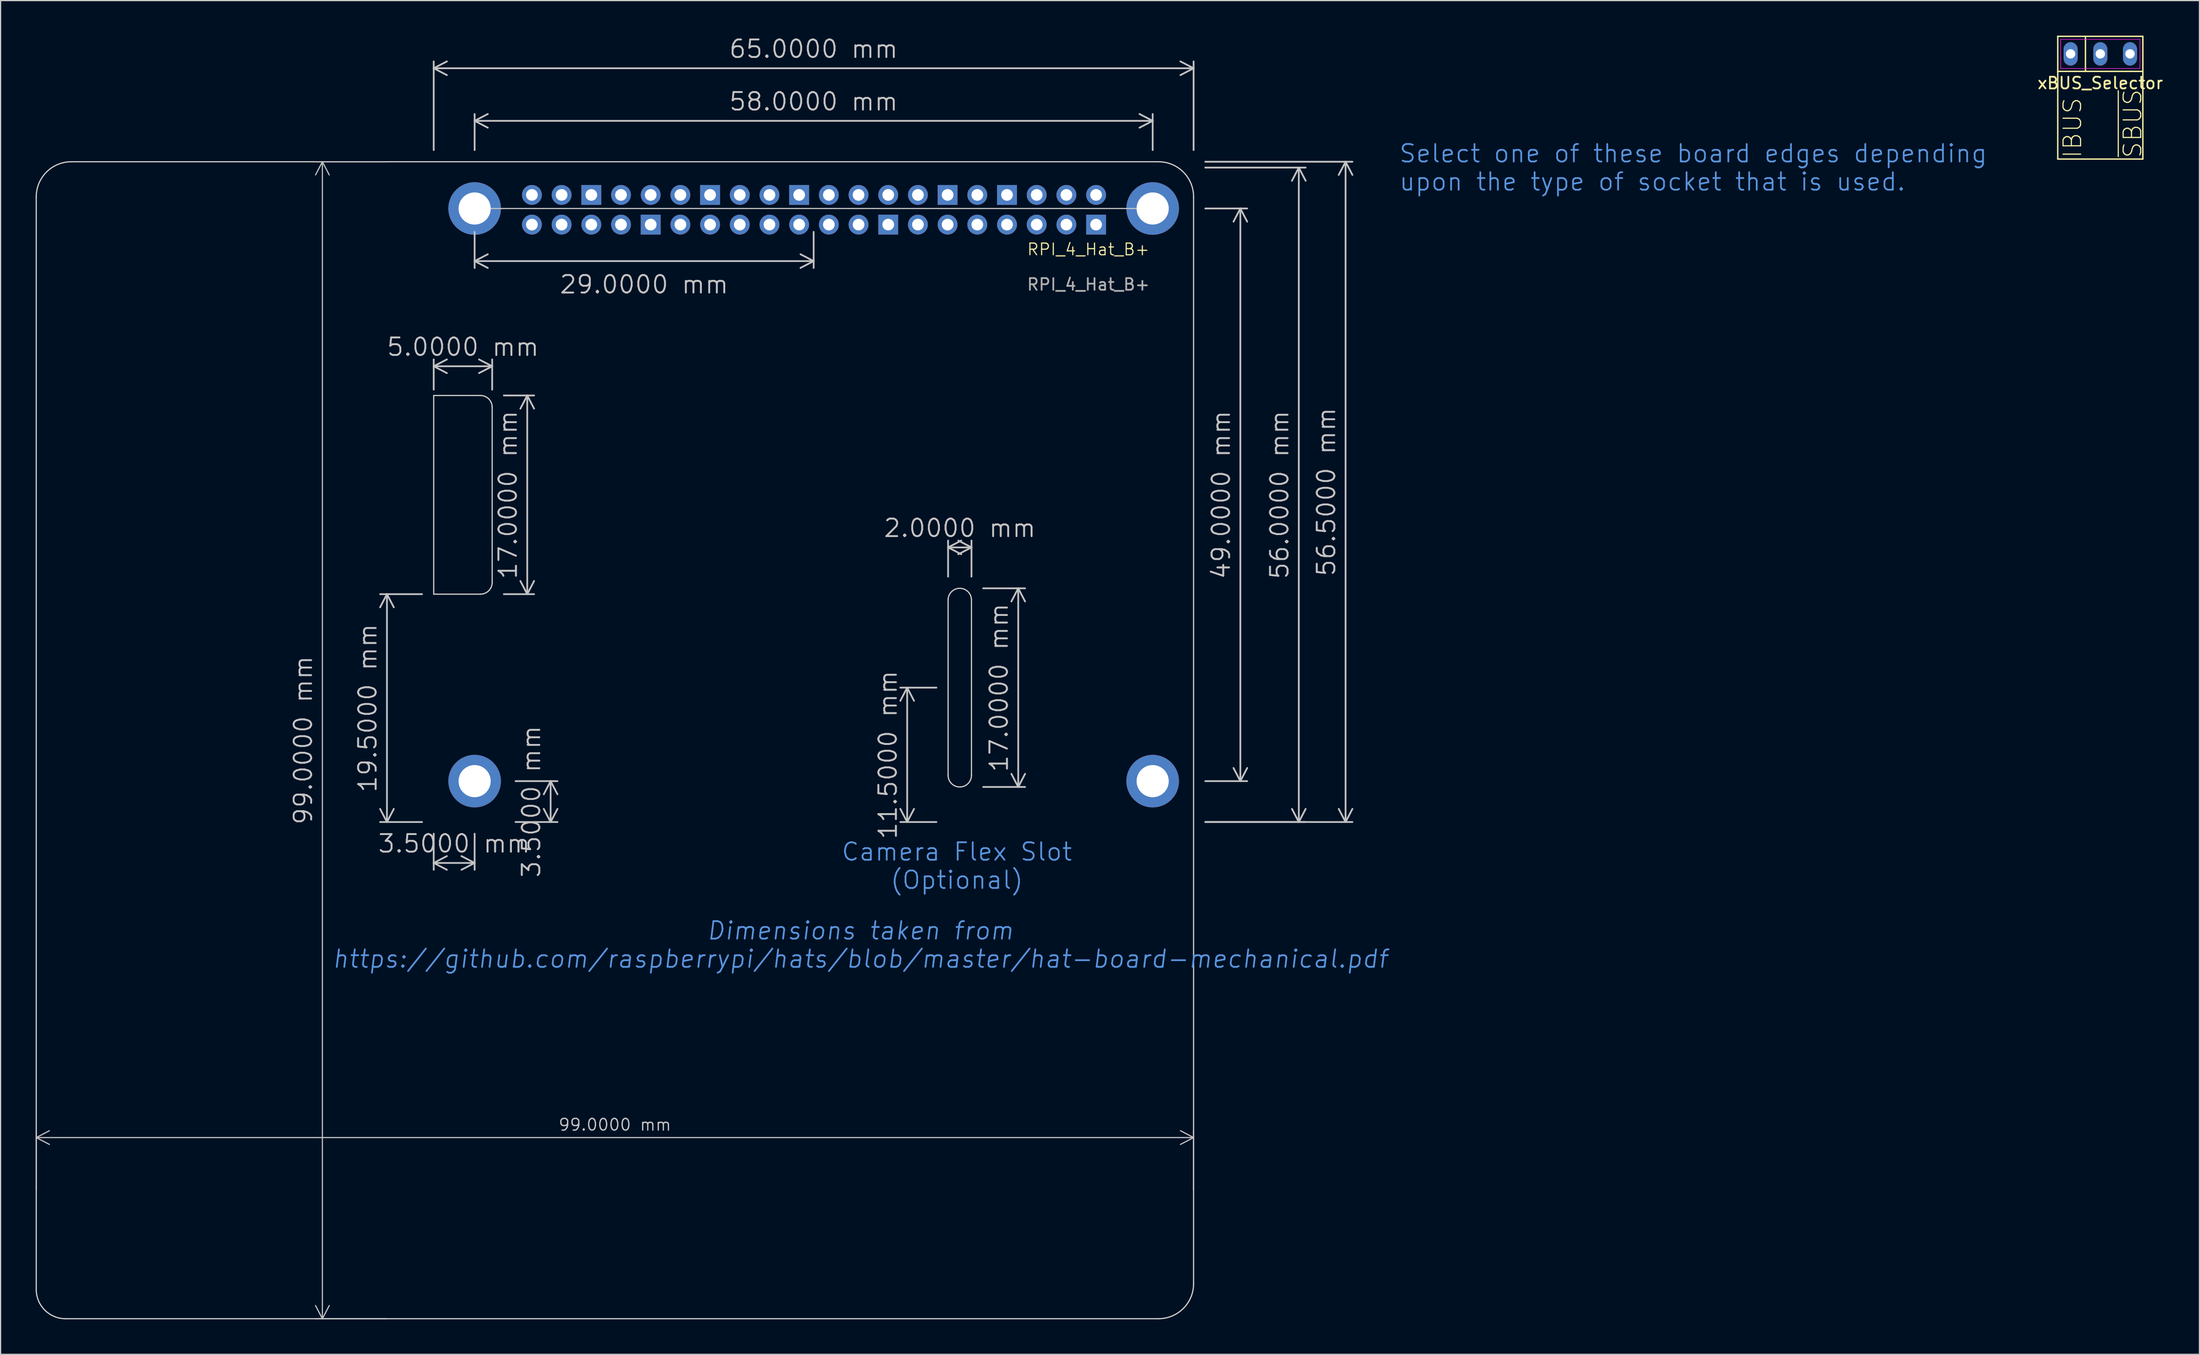
<source format=kicad_pcb>
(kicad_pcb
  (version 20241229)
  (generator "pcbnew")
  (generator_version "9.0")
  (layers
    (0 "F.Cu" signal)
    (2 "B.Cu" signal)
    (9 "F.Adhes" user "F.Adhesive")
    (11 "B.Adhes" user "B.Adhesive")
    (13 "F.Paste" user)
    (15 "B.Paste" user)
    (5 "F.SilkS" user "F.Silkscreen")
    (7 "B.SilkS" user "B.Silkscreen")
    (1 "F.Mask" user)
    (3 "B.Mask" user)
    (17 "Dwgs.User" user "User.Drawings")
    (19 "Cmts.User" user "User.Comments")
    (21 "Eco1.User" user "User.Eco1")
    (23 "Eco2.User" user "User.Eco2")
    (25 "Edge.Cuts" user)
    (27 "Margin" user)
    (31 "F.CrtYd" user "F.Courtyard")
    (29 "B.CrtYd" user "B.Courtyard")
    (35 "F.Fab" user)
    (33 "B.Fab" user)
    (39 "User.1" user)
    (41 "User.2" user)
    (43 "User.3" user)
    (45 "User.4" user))
  (footprint "RPI_4_Hat_B+"
    (layer "F.Cu")
    (at 66.55 14.791)
    (property "Reference" "RPI_4_Hat_B+" (at 23.5 3.5 0) (unlocked yes) (layer "F.SilkS") (effects (font (size 1 1) (thickness 0.1))))
    (attr through_hole)
    (fp_line (start -29 0) (end 29 0) (stroke (width 0.1) (type default)) (layer "Dwgs.User"))
    (fp_line (start -66.5 -1) (end -66.5 92.5) (stroke (width 0.1) (type solid)) (layer "Edge.Cuts"))
    (fp_line (start -64 95) (end 29.5 95) (stroke (width 0.1) (type solid)) (layer "Edge.Cuts"))
    (fp_line (start -63.5 -4) (end 29.5 -4) (stroke (width 0.1) (type solid)) (layer "Edge.Cuts"))
    (fp_line (start -32.5 16) (end -32.5 33) (stroke (width 0.1) (type solid)) (layer "Edge.Cuts"))
    (fp_line (start -32.5 16) (end -28.5 16) (stroke (width 0.1) (type solid)) (layer "Edge.Cuts"))
    (fp_line (start -32.5 33) (end -28.5 33) (stroke (width 0.1) (type solid)) (layer "Edge.Cuts"))
    (fp_line (start -27.5 17) (end -27.5 32) (stroke (width 0.1) (type solid)) (layer "Edge.Cuts"))
    (fp_line (start 11.5 33.5) (end 11.5 48.5) (stroke (width 0.1) (type solid)) (layer "Edge.Cuts"))
    (fp_line (start 13.5 33.5) (end 13.5 48.5) (stroke (width 0.1) (type solid)) (layer "Edge.Cuts"))
    (fp_line (start 32.5 -1) (end 32.5 92) (stroke (width 0.1) (type solid)) (layer "Edge.Cuts"))
    (fp_arc (start -66.5 -1) (mid -65.62132 -3.12132) (end -63.5 -4) (stroke (width 0.1) (type default)) (layer "Edge.Cuts"))
    (fp_arc (start -64 95) (mid -65.767767 94.267767) (end -66.5 92.5) (stroke (width 0.1) (type default)) (layer "Edge.Cuts"))
    (fp_arc (start -28.5 16) (mid -27.792893 16.292893) (end -27.5 17) (stroke (width 0.1) (type solid)) (layer "Edge.Cuts"))
    (fp_arc (start -27.5 32) (mid -27.792893 32.707107) (end -28.5 33) (stroke (width 0.1) (type solid)) (layer "Edge.Cuts"))
    (fp_arc (start 11.5 33.5) (mid 12.5 32.5) (end 13.5 33.5) (stroke (width 0.1) (type solid)) (layer "Edge.Cuts"))
    (fp_arc (start 13.5 48.5) (mid 12.5 49.5) (end 11.5 48.5) (stroke (width 0.1) (type solid)) (layer "Edge.Cuts"))
    (fp_arc (start 29.5 -4) (mid 31.62132 -3.12132) (end 32.5 -1) (stroke (width 0.1) (type solid)) (layer "Edge.Cuts"))
    (fp_arc (start 32.5 92) (mid 31.62132 94.12132) (end 29.5 95) (stroke (width 0.1) (type solid)) (layer "Edge.Cuts"))
    (fp_text user "Dimensions taken from\nhttps://github.com/raspberrypi/hats/blob/master/hat-board-mechanical.pdf" (at 4 63 0) (unlocked yes) (layer "Cmts.User") (effects (font (size 1.5 1.5) (thickness 0.15) (italic yes))))
    (fp_text user "Select one of these board edges depending \nupon the type of socket that is used." (at 50 -3.5 0) (unlocked yes) (layer "Cmts.User") (effects (font (size 1.5 1.5) (thickness 0.15)) (justify left)))
    (fp_text user "Camera Flex Slot\n(Optional)" (at 12.25 56.25 0) (unlocked yes) (layer "Cmts.User") (effects (font (size 1.5 1.5) (thickness 0.15))))
    (fp_text user "${REFERENCE}" (at 23.5 6.5 0) (unlocked yes) (layer "F.Fab") (effects (font (size 1 1) (thickness 0.15))))
    (dimension (type aligned) (layer "Dwgs.User") (pts (xy 100.05 63.791) (xy 100.05 14.791)) (height 3) (format (prefix "") (suffix "") (units 3) (units_format 1) (precision 4)) (style (thickness 0.15) (arrow_length 1.27) (text_position_mode 0) (arrow_direction outward) (extension_height 0.586) (extension_offset 0) (keep_text_aligned yes)) (gr_text "49.0000 mm" (at 101.4 39.291 90) (layer "Dwgs.User") (effects (font (size 1.5 1.5) (thickness 0.15)))))
    (dimension (type aligned) (layer "Dwgs.User") (pts (xy 41.05 67.291) (xy 41.05 63.791)) (height 3) (format (prefix "") (suffix "") (units 3) (units_format 1) (precision 4)) (style (thickness 0.15) (arrow_length 1.27) (text_position_mode 0) (arrow_direction outward) (extension_height 0.586) (extension_offset 0) (keep_text_aligned yes)) (gr_text "3.5000 mm" (at 42.4 65.541 90) (layer "Dwgs.User") (effects (font (size 1.5 1.5) (thickness 0.15)))))
    (dimension (type aligned) (layer "Dwgs.User") (pts (xy 30.55 10.791) (xy 30.55 109.791)) (height 6.023) (format (prefix "") (suffix "") (units 3) (units_format 1) (precision 4)) (style (thickness 0.1) (arrow_length 1.27) (text_position_mode 0) (arrow_direction outward) (extension_height 0.586) (extension_offset 0.5) (keep_text_aligned yes)) (gr_text "99.0000 mm" (at 22.877 60.291 90) (layer "Dwgs.User") (effects (font (size 1.5 1.5) (thickness 0.15)))))
    (dimension (type aligned) (layer "Dwgs.User") (pts (xy 77.05 67.291) (xy 77.05 55.791)) (height -2.5) (format (prefix "") (suffix "") (units 3) (units_format 1) (precision 4)) (style (thickness 0.15) (arrow_length 1.27) (text_position_mode 0) (arrow_direction outward) (extension_height 0.586) (extension_offset 0) (keep_text_aligned yes)) (gr_text "11.5000 mm" (at 72.9 61.541 90) (layer "Dwgs.User") (effects (font (size 1.5 1.5) (thickness 0.15)))))
    (dimension (type aligned) (layer "Dwgs.User") (pts (xy 95.55 9.791) (xy 37.55 9.791)) (height 2.5) (format (prefix "") (suffix "") (units 3) (units_format 1) (precision 4)) (style (thickness 0.15) (arrow_length 1.27) (text_position_mode 0) (arrow_direction outward) (extension_height 0.586) (extension_offset 0) (keep_text_aligned yes)) (gr_text "58.0000 mm" (at 66.55 5.641 0) (layer "Dwgs.User") (effects (font (size 1.5 1.5) (thickness 0.15)))))
    (dimension (type aligned) (layer "Dwgs.User") (pts (xy 100.05 67.291) (xy 100.05 10.791)) (height 12) (format (prefix "") (suffix "") (units 3) (units_format 1) (precision 4)) (style (thickness 0.15) (arrow_length 1.27) (text_position_mode 0) (arrow_direction outward) (extension_height 0.586) (extension_offset 0) (keep_text_aligned yes)) (gr_text "56.5000 mm" (at 110.4 39.041 90) (layer "Dwgs.User") (effects (font (size 1.5 1.5) (thickness 0.15)))))
    (dimension (type aligned) (layer "Dwgs.User") (pts (xy 99.05 9.791) (xy 34.05 9.791)) (height 7) (format (prefix "") (suffix "") (units 3) (units_format 1) (precision 4)) (style (thickness 0.15) (arrow_length 1.27) (text_position_mode 0) (arrow_direction outward) (extension_height 0.586) (extension_offset 0) (keep_text_aligned yes)) (gr_text "65.0000 mm" (at 66.55 1.141 0) (layer "Dwgs.User") (effects (font (size 1.5 1.5) (thickness 0.15)))))
    (dimension (type aligned) (layer "Dwgs.User") (pts (xy 33.05 67.291) (xy 33.05 47.791)) (height -3) (format (prefix "") (suffix "") (units 3) (units_format 1) (precision 4)) (style (thickness 0.15) (arrow_length 1.27) (text_position_mode 0) (arrow_direction outward) (extension_height 0.586) (extension_offset 0) (keep_text_aligned yes)) (gr_text "19.5000 mm" (at 28.4 57.541 90) (layer "Dwgs.User") (effects (font (size 1.5 1.5) (thickness 0.15)))))
    (dimension (type aligned) (layer "Dwgs.User") (pts (xy 39.05 30.291) (xy 34.05 30.291)) (height 2) (format (prefix "") (suffix "") (units 3) (units_format 1) (precision 4)) (style (thickness 0.15) (arrow_length 1.27) (text_position_mode 0) (arrow_direction outward) (extension_height 0.586) (extension_offset 0) (keep_text_aligned yes)) (gr_text "5.0000 mm" (at 36.55 26.641 0) (layer "Dwgs.User") (effects (font (size 1.5 1.5) (thickness 0.15)))))
    (dimension (type aligned) (layer "Dwgs.User") (pts (xy 37.55 68.291) (xy 34.05 68.291)) (height -2.5) (format (prefix "") (suffix "") (units 3) (units_format 1) (precision 4)) (style (thickness 0.15) (arrow_length 1.27) (text_position_mode 0) (arrow_direction outward) (extension_height 0.586) (extension_offset 0) (keep_text_aligned yes)) (gr_text "3.5000 mm" (at 35.8 69.141 0) (layer "Dwgs.User") (effects (font (size 1.5 1.5) (thickness 0.15)))))
    (dimension (type aligned) (layer "Dwgs.User") (pts (xy 99.05 99.291) (xy 0.05 99.291)) (height 5) (format (prefix "") (suffix "") (units 3) (units_format 1) (precision 4)) (style (thickness 0.1) (arrow_length 1.27) (text_position_mode 0) (arrow_direction outward) (extension_height 0.586) (extension_offset 0.5) (keep_text_aligned yes)) (gr_text "99.0000 mm" (at 49.55 93.191 0) (layer "Dwgs.User") (effects (font (size 1 1) (thickness 0.1)))))
    (dimension (type aligned) (layer "Dwgs.User") (pts (xy 66.55 16.791) (xy 37.55 16.791)) (height -2.5) (format (prefix "") (suffix "") (units 3) (units_format 1) (precision 4)) (style (thickness 0.15) (arrow_length 1.27) (text_position_mode 2) (arrow_direction outward) (extension_height 0.586) (extension_offset 0) (keep_text_aligned yes)) (gr_text "29.0000 mm" (at 52.05 21.291 0) (layer "Dwgs.User") (effects (font (size 1.5 1.5) (thickness 0.15)))))
    (dimension (type aligned) (layer "Dwgs.User") (pts (xy 40.05 47.791) (xy 40.05 30.791)) (height 2) (format (prefix "") (suffix "") (units 3) (units_format 1) (precision 4)) (style (thickness 0.15) (arrow_length 1.27) (text_position_mode 0) (arrow_direction outward) (extension_height 0.586) (extension_offset 0) (keep_text_aligned yes)) (gr_text "17.0000 mm" (at 40.4 39.291 90) (layer "Dwgs.User") (effects (font (size 1.5 1.5) (thickness 0.15)))))
    (dimension (type aligned) (layer "Dwgs.User") (pts (xy 100.05 67.291) (xy 100.05 11.291)) (height 8) (format (prefix "") (suffix "") (units 3) (units_format 1) (precision 4)) (style (thickness 0.15) (arrow_length 1.27) (text_position_mode 0) (arrow_direction outward) (extension_height 0.586) (extension_offset 0) (keep_text_aligned yes)) (gr_text "56.0000 mm" (at 106.4 39.291 90) (layer "Dwgs.User") (effects (font (size 1.5 1.5) (thickness 0.15)))))
    (dimension (type aligned) (layer "Dwgs.User") (pts (xy 80.05 46.291) (xy 78.05 46.291)) (height 2.5) (format (prefix "") (suffix "") (units 3) (units_format 1) (precision 4)) (style (thickness 0.15) (arrow_length 1.27) (text_position_mode 0) (arrow_direction outward) (extension_height 0.586) (extension_offset 0) (keep_text_aligned yes)) (gr_text "2.0000 mm" (at 79.05 42.141 0) (layer "Dwgs.User") (effects (font (size 1.5 1.5) (thickness 0.15)))))
    (dimension (type aligned) (layer "Dwgs.User") (pts (xy 81.05 64.291) (xy 81.05 47.291)) (height 3) (format (prefix "") (suffix "") (units 3) (units_format 1) (precision 4)) (style (thickness 0.15) (arrow_length 1.27) (text_position_mode 0) (arrow_direction outward) (extension_height 0.586) (extension_offset 0) (keep_text_aligned yes)) (gr_text "17.0000 mm" (at 82.4 55.791 90) (layer "Dwgs.User") (effects (font (size 1.5 1.5) (thickness 0.15)))))
    (pad "1" thru_hole circle (at -24.1 1.378 90) (size 1.7 1.7) (drill 1) (layers "*.Cu" "*.Mask"))
    (pad "2" thru_hole oval (at -24.1 -1.162 90) (size 1.7 1.7) (drill 1) (layers "*.Cu" "*.Mask"))
    (pad "3" thru_hole oval (at -21.56 1.378 90) (size 1.7 1.7) (drill 1) (layers "*.Cu" "*.Mask"))
    (pad "4" thru_hole oval (at -21.56 -1.162 90) (size 1.7 1.7) (drill 1) (layers "*.Cu" "*.Mask"))
    (pad "5" thru_hole oval (at -19.02 1.378 90) (size 1.7 1.7) (drill 1) (layers "*.Cu" "*.Mask"))
    (pad "6" thru_hole rect (at -19.02 -1.162 90) (size 1.7 1.7) (drill 1) (layers "*.Cu" "*.Mask"))
    (pad "7" thru_hole oval (at -16.48 1.378 90) (size 1.7 1.7) (drill 1) (layers "*.Cu" "*.Mask"))
    (pad "8" thru_hole oval (at -16.48 -1.162 90) (size 1.7 1.7) (drill 1) (layers "*.Cu" "*.Mask"))
    (pad "9" thru_hole rect (at -13.94 1.378 90) (size 1.7 1.7) (drill 1) (layers "*.Cu" "*.Mask"))
    (pad "10" thru_hole oval (at -13.94 -1.162 90) (size 1.7 1.7) (drill 1) (layers "*.Cu" "*.Mask"))
    (pad "11" thru_hole oval (at -11.4 1.378 90) (size 1.7 1.7) (drill 1) (layers "*.Cu" "*.Mask"))
    (pad "12" thru_hole oval (at -11.4 -1.162 90) (size 1.7 1.7) (drill 1) (layers "*.Cu" "*.Mask"))
    (pad "13" thru_hole oval (at -8.86 1.378 90) (size 1.7 1.7) (drill 1) (layers "*.Cu" "*.Mask"))
    (pad "14" thru_hole rect (at -8.86 -1.162 90) (size 1.7 1.7) (drill 1) (layers "*.Cu" "*.Mask"))
    (pad "15" thru_hole oval (at -6.32 1.378 90) (size 1.7 1.7) (drill 1) (layers "*.Cu" "*.Mask"))
    (pad "16" thru_hole oval (at -6.32 -1.162 90) (size 1.7 1.7) (drill 1) (layers "*.Cu" "*.Mask"))
    (pad "17" thru_hole oval (at -3.78 1.378 90) (size 1.7 1.7) (drill 1) (layers "*.Cu" "*.Mask"))
    (pad "18" thru_hole oval (at -3.78 -1.162 90) (size 1.7 1.7) (drill 1) (layers "*.Cu" "*.Mask"))
    (pad "19" thru_hole oval (at -1.24 1.378 90) (size 1.7 1.7) (drill 1) (layers "*.Cu" "*.Mask"))
    (pad "20" thru_hole rect (at -1.24 -1.162 90) (size 1.7 1.7) (drill 1) (layers "*.Cu" "*.Mask"))
    (pad "21" thru_hole oval (at 1.3 1.378 90) (size 1.7 1.7) (drill 1) (layers "*.Cu" "*.Mask"))
    (pad "22" thru_hole oval (at 1.3 -1.162 90) (size 1.7 1.7) (drill 1) (layers "*.Cu" "*.Mask"))
    (pad "23" thru_hole oval (at 3.84 1.378 90) (size 1.7 1.7) (drill 1) (layers "*.Cu" "*.Mask"))
    (pad "24" thru_hole oval (at 3.84 -1.162 90) (size 1.7 1.7) (drill 1) (layers "*.Cu" "*.Mask"))
    (pad "25" thru_hole rect (at 6.38 1.378 90) (size 1.7 1.7) (drill 1) (layers "*.Cu" "*.Mask"))
    (pad "26" thru_hole oval (at 6.38 -1.162 90) (size 1.7 1.7) (drill 1) (layers "*.Cu" "*.Mask"))
    (pad "27" thru_hole oval (at 8.92 1.378 90) (size 1.7 1.7) (drill 1) (layers "*.Cu" "*.Mask"))
    (pad "28" thru_hole oval (at 8.92 -1.162 90) (size 1.7 1.7) (drill 1) (layers "*.Cu" "*.Mask"))
    (pad "29" thru_hole oval (at 11.46 1.378 90) (size 1.7 1.7) (drill 1) (layers "*.Cu" "*.Mask"))
    (pad "30" thru_hole rect (at 11.46 -1.162 90) (size 1.7 1.7) (drill 1) (layers "*.Cu" "*.Mask"))
    (pad "31" thru_hole oval (at 14 1.378 90) (size 1.7 1.7) (drill 1) (layers "*.Cu" "*.Mask"))
    (pad "32" thru_hole oval (at 14 -1.162 90) (size 1.7 1.7) (drill 1) (layers "*.Cu" "*.Mask"))
    (pad "33" thru_hole oval (at 16.54 1.378 90) (size 1.7 1.7) (drill 1) (layers "*.Cu" "*.Mask"))
    (pad "34" thru_hole rect (at 16.54 -1.162 90) (size 1.7 1.7) (drill 1) (layers "*.Cu" "*.Mask"))
    (pad "35" thru_hole oval (at 19.08 1.378 90) (size 1.7 1.7) (drill 1) (layers "*.Cu" "*.Mask"))
    (pad "36" thru_hole oval (at 19.08 -1.162 90) (size 1.7 1.7) (drill 1) (layers "*.Cu" "*.Mask"))
    (pad "37" thru_hole oval (at 21.62 1.378 90) (size 1.7 1.7) (drill 1) (layers "*.Cu" "*.Mask"))
    (pad "38" thru_hole oval (at 21.62 -1.162 90) (size 1.7 1.7) (drill 1) (layers "*.Cu" "*.Mask"))
    (pad "39" thru_hole rect (at 24.16 1.378 90) (size 1.7 1.7) (drill 1) (layers "*.Cu" "*.Mask"))
    (pad "40" thru_hole oval (at 24.16 -1.162 90) (size 1.7 1.7) (drill 1) (layers "*.Cu" "*.Mask"))
    (pad "S1" thru_hole circle (at -29 0) (size 4.5 4.5) (drill 2.75) (layers "*.Cu" "*.Mask"))
    (pad "S2" thru_hole circle (at -29 49) (size 4.5 4.5) (drill 2.75) (layers "*.Cu" "*.Mask"))
    (pad "S3" thru_hole circle (at 29 49) (size 4.5 4.5) (drill 2.75) (layers "*.Cu" "*.Mask"))
    (pad "S4" thru_hole circle (at 29 0) (size 4.5 4.5) (drill 2.75) (layers "*.Cu" "*.Mask")))
  (footprint "xBUS_Selector"
    (layer "F.Cu")
    (at 176.611 1.56)
    (property "Reference" "xBUS_Selector" (at 0 2.5 0) (layer "F.SilkS") (effects (font (size 1 1) (thickness 0.15))))
    (attr through_hole)
    (fp_line (start -3.64 -1.5) (end 3.64 -1.5) (stroke (width 0.12) (type default)) (layer "F.SilkS"))
    (fp_line (start -3.64 9) (end -3.64 -1.5) (stroke (width 0.12) (type default)) (layer "F.SilkS"))
    (fp_line (start -1.27 -1.5) (end -1.27 1.5) (stroke (width 0.12) (type default)) (layer "F.SilkS"))
    (fp_line (start 3.64 -1.5) (end 3.64 9) (stroke (width 0.12) (type default)) (layer "F.SilkS"))
    (fp_line (start 3.64 1.5) (end -3.64 1.5) (stroke (width 0.12) (type default)) (layer "F.SilkS"))
    (fp_line (start 3.64 9) (end -3.64 9) (stroke (width 0.12) (type default)) (layer "F.SilkS"))
    (fp_line (start -3.39 -1.25) (end 3.39 -1.25) (stroke (width 0.05) (type default)) (layer "F.CrtYd"))
    (fp_line (start -3.39 1.25) (end -3.39 -1.25) (stroke (width 0.05) (type default)) (layer "F.CrtYd"))
    (fp_line (start 3.39 -1.25) (end 3.39 1.25) (stroke (width 0.05) (type default)) (layer "F.CrtYd"))
    (fp_line (start 3.39 1.25) (end -3.39 1.25) (stroke (width 0.05) (type default)) (layer "F.CrtYd"))
    (fp_text user "~{SBUS}" (at 3.64 9 90) (unlocked yes) (layer "F.SilkS") (effects (font (size 1.5 1.5) (thickness 0.1)) (justify left bottom)))
    (fp_text user "IBUS" (at -1.5 9 90) (unlocked yes) (layer "F.SilkS") (effects (font (size 1.5 1.5) (thickness 0.1)) (justify left bottom)))
    (pad "1" thru_hole oval (at -2.54 0) (size 1.2 2) (drill 0.8) (layers "*.Cu" "*.Mask"))
    (pad "2" thru_hole oval (at 0 0) (size 1.2 2) (drill 0.8) (layers "*.Cu" "*.Mask"))
    (pad "3" thru_hole oval (at 2.54 0) (size 1.2 2) (drill 0.8) (layers "*.Cu" "*.Mask")))
  (gr_rect
    (start -3 -3)
    (end 185.093 112.841)
    (stroke (width 0.1) (type default))
    (fill no)
    (layer "Edge.Cuts")))
</source>
